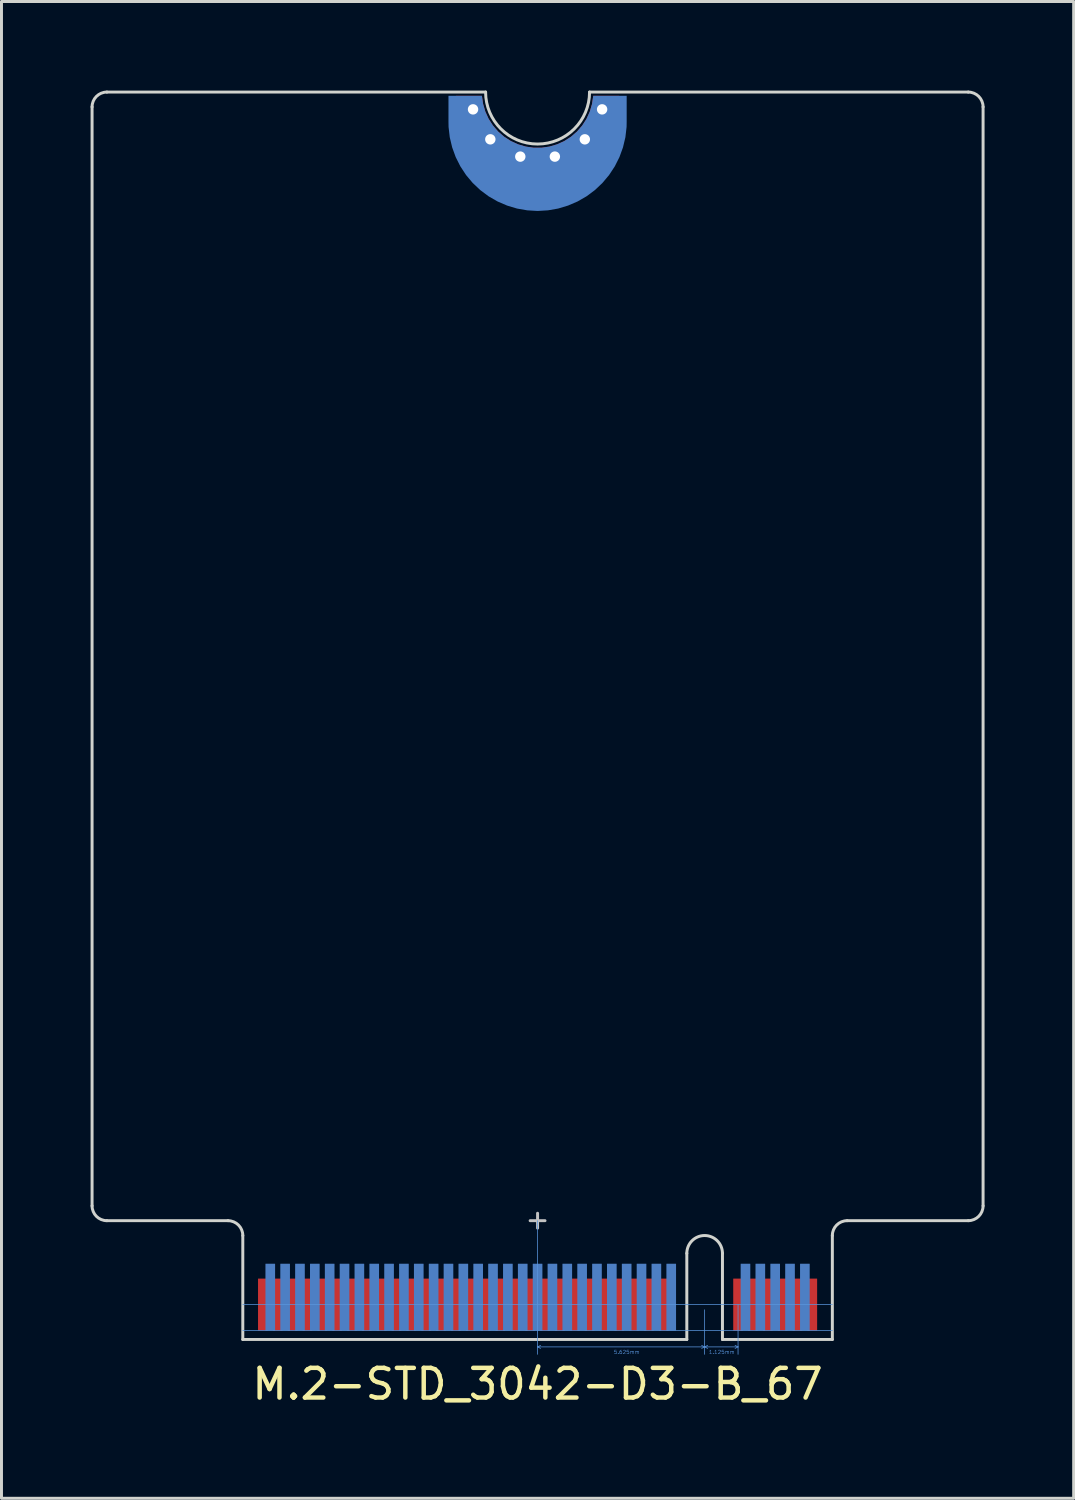
<source format=kicad_pcb>
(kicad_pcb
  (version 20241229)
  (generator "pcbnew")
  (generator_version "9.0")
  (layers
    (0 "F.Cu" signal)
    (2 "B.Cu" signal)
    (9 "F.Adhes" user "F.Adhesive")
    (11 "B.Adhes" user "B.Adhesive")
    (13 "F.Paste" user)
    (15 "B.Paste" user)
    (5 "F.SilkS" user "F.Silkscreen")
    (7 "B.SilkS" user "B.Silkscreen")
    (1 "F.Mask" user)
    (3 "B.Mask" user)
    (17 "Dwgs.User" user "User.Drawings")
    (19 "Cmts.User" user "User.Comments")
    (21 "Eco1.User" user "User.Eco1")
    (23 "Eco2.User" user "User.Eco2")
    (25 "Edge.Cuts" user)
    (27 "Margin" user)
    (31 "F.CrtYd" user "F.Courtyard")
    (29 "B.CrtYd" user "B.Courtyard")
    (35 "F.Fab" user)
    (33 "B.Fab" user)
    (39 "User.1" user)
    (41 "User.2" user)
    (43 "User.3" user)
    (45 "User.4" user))
  (footprint "M.2-STD_3042-D3-B_67"
    (layer "F.Cu")
    (at 15.05 38.05)
    (property "Reference" "M.2-STD_3042-D3-B_67" (at 0 5.5 0) (unlocked yes) (layer "F.SilkS") (effects (font (size 1 1) (thickness 0.15))))
    (attr smd)
    (fp_poly (pts (xy 1.875 -37.875) (xy 1.873 -37.864) (xy 1.834 -37.599) (xy 1.759 -37.342) (xy 1.648 -37.098) (xy 1.503 -36.873) (xy 1.328 -36.67) (xy 1.125 -36.495) (xy 0.9 -36.35) (xy 0.656 -36.239) (xy 0.399 -36.163) (xy 0.134 -36.125) (xy -0.134 -36.125) (xy -0.399 -36.163) (xy -0.656 -36.239) (xy -0.9 -36.35) (xy -1.125 -36.495) (xy -1.328 -36.67) (xy -1.503 -36.873) (xy -1.648 -37.098) (xy -1.759 -37.342) (xy -1.834 -37.599) (xy -1.873 -37.864) (xy -1.875 -37.875) (xy -2.75 -37.875) (xy -2.747 -37.831) (xy -2.707 -37.501) (xy -2.628 -37.179) (xy -2.51 -36.868) (xy -2.356 -36.574) (xy -2.167 -36.3) (xy -1.946 -36.051) (xy -1.698 -35.831) (xy -1.424 -35.642) (xy -1.13 -35.488) (xy -0.819 -35.37) (xy -0.496 -35.29) (xy -0.166 -35.25) (xy 0.166 -35.25) (xy 0.496 -35.29) (xy 0.819 -35.37) (xy 1.13 -35.488) (xy 1.424 -35.642) (xy 1.698 -35.831) (xy 1.946 -36.051) (xy 2.167 -36.3) (xy 2.356 -36.574) (xy 2.51 -36.868) (xy 2.628 -37.179) (xy 2.707 -37.501) (xy 2.747 -37.831) (xy 2.75 -37.875)) (stroke (width 0) (type solid)) (fill yes) (layer "F.Cu"))
    (fp_rect (start -9.925 4) (end 9.925 2) (stroke (width 0) (type solid)) (fill yes) (layer "F.Mask"))
    (fp_poly (pts (arc (start -2.75 -38) (mid 0 -35.25) (end 2.75 -38)) (arc (start 1.75 -38) (mid 0 -36.25) (end -1.75 -38))) (stroke (width 0) (type solid)) (fill yes) (layer "F.Mask"))
    (fp_poly (pts (xy -1.875 -37.875) (xy -1.873 -37.866) (xy -1.834 -37.601) (xy -1.759 -37.344) (xy -1.648 -37.1) (xy -1.503 -36.875) (xy -1.328 -36.672) (xy -1.125 -36.497) (xy -0.9 -36.352) (xy -0.656 -36.241) (xy -0.399 -36.166) (xy -0.134 -36.127) (xy 0.134 -36.127) (xy 0.399 -36.166) (xy 0.656 -36.241) (xy 0.9 -36.352) (xy 1.125 -36.497) (xy 1.328 -36.672) (xy 1.503 -36.875) (xy 1.648 -37.1) (xy 1.759 -37.344) (xy 1.834 -37.601) (xy 1.873 -37.866) (xy 1.875 -37.875) (xy 3 -37.875) (xy 3 -37) (xy 2.997 -36.825) (xy 2.957 -36.479) (xy 2.876 -36.139) (xy 2.757 -35.811) (xy 2.6 -35.499) (xy 2.408 -35.207) (xy 2.184 -34.94) (xy 1.93 -34.7) (xy 1.65 -34.491) (xy 1.348 -34.317) (xy 1.027 -34.179) (xy 0.692 -34.078) (xy 0.349 -34.018) (xy 0 -33.997) (xy -0.349 -34.018) (xy -0.692 -34.078) (xy -1.027 -34.179) (xy -1.348 -34.317) (xy -1.65 -34.491) (xy -1.93 -34.7) (xy -2.184 -34.94) (xy -2.408 -35.207) (xy -2.6 -35.499) (xy -2.757 -35.811) (xy -2.876 -36.139) (xy -2.957 -36.479) (xy -2.997 -36.825) (xy -3 -37) (xy -3 -37.875)) (stroke (width 0) (type solid)) (fill yes) (layer "B.Cu"))
    (fp_rect (start 9.925 4) (end -9.925 1.5) (stroke (width 0) (type solid)) (fill yes) (layer "B.Mask"))
    (fp_poly (pts (xy -3 -38) (arc (start -3 -37) (mid 0 -34) (end 3 -37)) (xy 3 -38) (arc (start 1.75 -38) (mid 0 -36.25) (end -1.75 -38))) (stroke (width 0) (type solid)) (fill yes) (layer "B.Mask"))
    (fp_line (start -0.25 0) (end 0.25 0) (stroke (width 0.1) (type solid)) (layer "Dwgs.User"))
    (fp_line (start 0 -0.25) (end 0 0.25) (stroke (width 0.1) (type solid)) (layer "Dwgs.User"))
    (fp_line (start 0 4.25) (end 0.1 4.3) (stroke (width 0.025) (type solid)) (layer "Cmts.User"))
    (fp_line (start 0 4.25) (end 5.625 4.25) (stroke (width 0.025) (type solid)) (layer "Cmts.User"))
    (fp_line (start 0 4.5) (end 0 0) (stroke (width 0.025) (type solid)) (layer "Cmts.User"))
    (fp_line (start 0.1 4.2) (end 0 4.25) (stroke (width 0.025) (type solid)) (layer "Cmts.User"))
    (fp_line (start 5.525 4.3) (end 5.625 4.25) (stroke (width 0.025) (type solid)) (layer "Cmts.User"))
    (fp_line (start 5.625 4.25) (end 5.525 4.2) (stroke (width 0.025) (type solid)) (layer "Cmts.User"))
    (fp_line (start 5.625 4.25) (end 5.725 4.3) (stroke (width 0.025) (type solid)) (layer "Cmts.User"))
    (fp_line (start 5.625 4.25) (end 6.75 4.25) (stroke (width 0.025) (type solid)) (layer "Cmts.User"))
    (fp_line (start 5.625 4.5) (end 5.625 3) (stroke (width 0.025) (type solid)) (layer "Cmts.User"))
    (fp_line (start 5.725 4.2) (end 5.625 4.25) (stroke (width 0.025) (type solid)) (layer "Cmts.User"))
    (fp_line (start 6.65 4.3) (end 6.75 4.25) (stroke (width 0.025) (type solid)) (layer "Cmts.User"))
    (fp_line (start 6.75 4.25) (end 6.65 4.2) (stroke (width 0.025) (type solid)) (layer "Cmts.User"))
    (fp_line (start 6.75 4.5) (end 6.75 2.825) (stroke (width 0.025) (type solid)) (layer "Cmts.User"))
    (fp_line (start 9.925 2.825) (end -9.925 2.825) (stroke (width 0.025) (type solid)) (layer "Cmts.User"))
    (fp_line (start 9.925 3.7) (end -9.925 3.7) (stroke (width 0.025) (type solid)) (layer "Cmts.User"))
    (fp_line (start -15 -0.5) (end -15 -37.5) (stroke (width 0.1) (type solid)) (layer "Edge.Cuts"))
    (fp_line (start -14.5 -38) (end -1.75 -38) (stroke (width 0.1) (type solid)) (layer "Edge.Cuts"))
    (fp_line (start -10.425 0) (end -14.5 0) (stroke (width 0.1) (type solid)) (layer "Edge.Cuts"))
    (fp_line (start -9.925 4) (end -9.925 0.5) (stroke (width 0.1) (type solid)) (layer "Edge.Cuts"))
    (fp_line (start 1.75 -38) (end 14.5 -38) (stroke (width 0.1) (type solid)) (layer "Edge.Cuts"))
    (fp_line (start 5.025 4) (end -9.925 4) (stroke (width 0.1) (type solid)) (layer "Edge.Cuts"))
    (fp_line (start 5.025 4) (end 5.025 1.1) (stroke (width 0.1) (type solid)) (layer "Edge.Cuts"))
    (fp_line (start 6.225 1.1) (end 6.225 4) (stroke (width 0.1) (type solid)) (layer "Edge.Cuts"))
    (fp_line (start 6.225 4) (end 9.925 4) (stroke (width 0.1) (type solid)) (layer "Edge.Cuts"))
    (fp_line (start 9.925 0.5) (end 9.925 4) (stroke (width 0.1) (type solid)) (layer "Edge.Cuts"))
    (fp_line (start 14.5 0) (end 10.425 0) (stroke (width 0.1) (type solid)) (layer "Edge.Cuts"))
    (fp_line (start 15 -37.5) (end 15 -0.5) (stroke (width 0.1) (type solid)) (layer "Edge.Cuts"))
    (fp_arc (start -15 -37.5) (mid -14.853553 -37.853553) (end -14.5 -38) (stroke (width 0.1) (type solid)) (layer "Edge.Cuts"))
    (fp_arc (start -14.5 0) (mid -14.853553 -0.146447) (end -15 -0.5) (stroke (width 0.1) (type solid)) (layer "Edge.Cuts"))
    (fp_arc (start -10.425 0) (mid -10.071447 0.146447) (end -9.925 0.5) (stroke (width 0.1) (type solid)) (layer "Edge.Cuts"))
    (fp_arc (start 1.75 -38) (mid 0 -36.25) (end -1.75 -38) (stroke (width 0.1) (type solid)) (layer "Edge.Cuts"))
    (fp_arc (start 5.025 1.1) (mid 5.625 0.5) (end 6.225 1.1) (stroke (width 0.1) (type solid)) (layer "Edge.Cuts"))
    (fp_arc (start 9.925 0.5) (mid 10.071447 0.146447) (end 10.425 0) (stroke (width 0.1) (type solid)) (layer "Edge.Cuts"))
    (fp_arc (start 14.5 -38) (mid 14.853553 -37.853553) (end 15 -37.5) (stroke (width 0.1) (type solid)) (layer "Edge.Cuts"))
    (fp_arc (start 15 -0.5) (mid 14.853553 -0.146447) (end 14.5 0) (stroke (width 0.1) (type solid)) (layer "Edge.Cuts"))
    (fp_line (start -15 -0.5) (end -15 -37.5) (stroke (width 0.1) (type solid)) (layer "Margin"))
    (fp_line (start -14.5 -38) (end -1.75 -38) (stroke (width 0.1) (type solid)) (layer "Margin"))
    (fp_line (start -10.425 0) (end -14.5 0) (stroke (width 0.1) (type solid)) (layer "Margin"))
    (fp_line (start -9.925 4) (end -9.925 0.5) (stroke (width 0.1) (type solid)) (layer "Margin"))
    (fp_line (start 1.75 -38) (end 14.5 -38) (stroke (width 0.1) (type solid)) (layer "Margin"))
    (fp_line (start 5.025 4) (end -9.925 4) (stroke (width 0.1) (type solid)) (layer "Margin"))
    (fp_line (start 5.025 4) (end 5.025 1.1) (stroke (width 0.1) (type solid)) (layer "Margin"))
    (fp_line (start 6.225 1.1) (end 6.225 4) (stroke (width 0.1) (type solid)) (layer "Margin"))
    (fp_line (start 6.225 4) (end 9.925 4) (stroke (width 0.1) (type solid)) (layer "Margin"))
    (fp_line (start 9.925 0.5) (end 9.925 4) (stroke (width 0.1) (type solid)) (layer "Margin"))
    (fp_line (start 14.5 0) (end 10.425 0) (stroke (width 0.1) (type solid)) (layer "Margin"))
    (fp_line (start 15 -37.5) (end 15 -0.5) (stroke (width 0.1) (type solid)) (layer "Margin"))
    (fp_arc (start -15 -37.5) (mid -14.853553 -37.853553) (end -14.5 -38) (stroke (width 0.1) (type solid)) (layer "Margin"))
    (fp_arc (start -14.5 0) (mid -14.853553 -0.146447) (end -15 -0.5) (stroke (width 0.1) (type solid)) (layer "Margin"))
    (fp_arc (start -10.425 0) (mid -10.071447 0.146447) (end -9.925 0.5) (stroke (width 0.1) (type solid)) (layer "Margin"))
    (fp_arc (start 1.75 -38) (mid 0 -36.25) (end -1.75 -38) (stroke (width 0.1) (type solid)) (layer "Margin"))
    (fp_arc (start 5.025 1.1) (mid 5.625 0.5) (end 6.225 1.1) (stroke (width 0.1) (type solid)) (layer "Margin"))
    (fp_arc (start 9.925 0.5) (mid 10.071447 0.146447) (end 10.425 0) (stroke (width 0.1) (type solid)) (layer "Margin"))
    (fp_arc (start 14.5 -38) (mid 14.853553 -37.853553) (end 15 -37.5) (stroke (width 0.1) (type solid)) (layer "Margin"))
    (fp_arc (start 15 -0.5) (mid 14.853553 -0.146447) (end 14.5 0) (stroke (width 0.1) (type solid)) (layer "Margin"))
    (fp_text user "1.125mm" (at 6.2 4.425 0) (unlocked yes) (layer "Cmts.User") (effects (font (size 0.125 0.125) (thickness 0.013))))
    (fp_text user "5.625mm" (at 3 4.425 0) (unlocked yes) (layer "Cmts.User") (effects (font (size 0.125 0.125) (thickness 0.013))))
    (pad "0" thru_hole circle (at -2.173 -37.418) (size 0.65 0.65) (drill 0.35) (layers "*.Cu" "*.Mask"))
    (pad "0" thru_hole circle (at -1.591 -36.409) (size 0.65 0.65) (drill 0.35) (layers "*.Cu" "*.Mask"))
    (pad "0" thru_hole circle (at -0.582 -35.827) (size 0.65 0.65) (drill 0.35) (layers "*.Cu" "*.Mask"))
    (pad "0" thru_hole circle (at 0.582 -35.827) (size 0.65 0.65) (drill 0.35) (layers "*.Cu" "*.Mask"))
    (pad "0" thru_hole circle (at 1.591 -36.409) (size 0.65 0.65) (drill 0.35) (layers "*.Cu" "*.Mask"))
    (pad "0" thru_hole circle (at 2.173 -37.418) (size 0.65 0.65) (drill 0.35) (layers "*.Cu" "*.Mask"))
    (pad "1" connect roundrect (at 9.25 2.825 90) (size 1.75 0.325) (layers "F.Cu") (roundrect_rratio 0.025))
    (pad "2" connect roundrect (at 9 2.575 90) (size 2.25 0.325) (layers "B.Cu") (roundrect_rratio 0.025))
    (pad "3" connect roundrect (at 8.75 2.825 90) (size 1.75 0.325) (layers "F.Cu") (roundrect_rratio 0.025))
    (pad "4" connect roundrect (at 8.5 2.575 90) (size 2.25 0.325) (layers "B.Cu") (roundrect_rratio 0.025))
    (pad "5" connect roundrect (at 8.25 2.825 90) (size 1.75 0.325) (layers "F.Cu") (roundrect_rratio 0.025))
    (pad "6" connect roundrect (at 8 2.575 90) (size 2.25 0.325) (layers "B.Cu") (roundrect_rratio 0.025))
    (pad "7" connect roundrect (at 7.75 2.825 90) (size 1.75 0.325) (layers "F.Cu") (roundrect_rratio 0.025))
    (pad "8" connect roundrect (at 7.5 2.575 90) (size 2.25 0.325) (layers "B.Cu") (roundrect_rratio 0.025))
    (pad "9" connect roundrect (at 7.25 2.825 90) (size 1.75 0.325) (layers "F.Cu") (roundrect_rratio 0.025))
    (pad "10" connect roundrect (at 7 2.575 90) (size 2.25 0.325) (layers "B.Cu") (roundrect_rratio 0.025))
    (pad "11" connect roundrect (at 6.75 2.825 90) (size 1.75 0.325) (layers "F.Cu") (roundrect_rratio 0.025))
    (pad "20" connect roundrect (at 4.5 2.575 90) (size 2.25 0.325) (layers "B.Cu") (roundrect_rratio 0.025))
    (pad "21" connect roundrect (at 4.25 2.825 90) (size 1.75 0.325) (layers "F.Cu") (roundrect_rratio 0.025))
    (pad "22" connect roundrect (at 4 2.575 90) (size 2.25 0.325) (layers "B.Cu") (roundrect_rratio 0.025))
    (pad "23" connect roundrect (at 3.75 2.825 90) (size 1.75 0.325) (layers "F.Cu") (roundrect_rratio 0.025))
    (pad "24" connect roundrect (at 3.5 2.575 90) (size 2.25 0.325) (layers "B.Cu") (roundrect_rratio 0.025))
    (pad "25" connect roundrect (at 3.25 2.825 90) (size 1.75 0.325) (layers "F.Cu") (roundrect_rratio 0.025))
    (pad "26" connect roundrect (at 3 2.575 90) (size 2.25 0.325) (layers "B.Cu") (roundrect_rratio 0.025))
    (pad "27" connect roundrect (at 2.75 2.825 90) (size 1.75 0.325) (layers "F.Cu") (roundrect_rratio 0.025))
    (pad "28" connect roundrect (at 2.5 2.575 90) (size 2.25 0.325) (layers "B.Cu") (roundrect_rratio 0.025))
    (pad "29" connect roundrect (at 2.25 2.825 90) (size 1.75 0.325) (layers "F.Cu") (roundrect_rratio 0.025))
    (pad "30" connect roundrect (at 2 2.575 90) (size 2.25 0.325) (layers "B.Cu") (roundrect_rratio 0.025))
    (pad "31" connect roundrect (at 1.75 2.825 90) (size 1.75 0.325) (layers "F.Cu") (roundrect_rratio 0.025))
    (pad "32" connect roundrect (at 1.5 2.575 90) (size 2.25 0.325) (layers "B.Cu") (roundrect_rratio 0.025))
    (pad "33" connect roundrect (at 1.25 2.825 90) (size 1.75 0.325) (layers "F.Cu") (roundrect_rratio 0.025))
    (pad "34" connect roundrect (at 1 2.575 90) (size 2.25 0.325) (layers "B.Cu") (roundrect_rratio 0.025))
    (pad "35" connect roundrect (at 0.75 2.825 90) (size 1.75 0.325) (layers "F.Cu") (roundrect_rratio 0.025))
    (pad "36" connect roundrect (at 0.5 2.575 90) (size 2.25 0.325) (layers "B.Cu") (roundrect_rratio 0.025))
    (pad "37" connect roundrect (at 0.25 2.825 90) (size 1.75 0.325) (layers "F.Cu") (roundrect_rratio 0.025))
    (pad "38" connect roundrect (at 0 2.575 90) (size 2.25 0.325) (layers "B.Cu") (roundrect_rratio 0.025))
    (pad "39" connect roundrect (at -0.25 2.825 90) (size 1.75 0.325) (layers "F.Cu") (roundrect_rratio 0.025))
    (pad "40" connect roundrect (at -0.5 2.575 90) (size 2.25 0.325) (layers "B.Cu") (roundrect_rratio 0.025))
    (pad "41" connect roundrect (at -0.75 2.825 90) (size 1.75 0.325) (layers "F.Cu") (roundrect_rratio 0.025))
    (pad "42" connect roundrect (at -1 2.575 90) (size 2.25 0.325) (layers "B.Cu") (roundrect_rratio 0.025))
    (pad "43" connect roundrect (at -1.25 2.825 90) (size 1.75 0.325) (layers "F.Cu") (roundrect_rratio 0.025))
    (pad "44" connect roundrect (at -1.5 2.575 90) (size 2.25 0.325) (layers "B.Cu") (roundrect_rratio 0.025))
    (pad "45" connect roundrect (at -1.75 2.825 90) (size 1.75 0.325) (layers "F.Cu") (roundrect_rratio 0.025))
    (pad "46" connect roundrect (at -2 2.575 90) (size 2.25 0.325) (layers "B.Cu") (roundrect_rratio 0.025))
    (pad "47" connect roundrect (at -2.25 2.825 90) (size 1.75 0.325) (layers "F.Cu") (roundrect_rratio 0.025))
    (pad "48" connect roundrect (at -2.5 2.575 90) (size 2.25 0.325) (layers "B.Cu") (roundrect_rratio 0.025))
    (pad "49" connect roundrect (at -2.75 2.825 90) (size 1.75 0.325) (layers "F.Cu") (roundrect_rratio 0.025))
    (pad "50" connect roundrect (at -3 2.575 90) (size 2.25 0.325) (layers "B.Cu") (roundrect_rratio 0.025))
    (pad "51" connect roundrect (at -3.25 2.825 90) (size 1.75 0.325) (layers "F.Cu") (roundrect_rratio 0.025))
    (pad "52" connect roundrect (at -3.5 2.575 90) (size 2.25 0.325) (layers "B.Cu") (roundrect_rratio 0.025))
    (pad "53" connect roundrect (at -3.75 2.825 90) (size 1.75 0.325) (layers "F.Cu") (roundrect_rratio 0.025))
    (pad "54" connect roundrect (at -4 2.575 90) (size 2.25 0.325) (layers "B.Cu") (roundrect_rratio 0.025))
    (pad "55" connect roundrect (at -4.25 2.825 90) (size 1.75 0.325) (layers "F.Cu") (roundrect_rratio 0.025))
    (pad "56" connect roundrect (at -4.5 2.575 90) (size 2.25 0.325) (layers "B.Cu") (roundrect_rratio 0.025))
    (pad "57" connect roundrect (at -4.75 2.825 90) (size 1.75 0.325) (layers "F.Cu") (roundrect_rratio 0.025))
    (pad "58" connect roundrect (at -5 2.575 90) (size 2.25 0.325) (layers "B.Cu") (roundrect_rratio 0.025))
    (pad "59" connect roundrect (at -5.25 2.825 90) (size 1.75 0.325) (layers "F.Cu") (roundrect_rratio 0.025))
    (pad "60" connect roundrect (at -5.5 2.575 90) (size 2.25 0.325) (layers "B.Cu") (roundrect_rratio 0.025))
    (pad "61" connect roundrect (at -5.75 2.825 90) (size 1.75 0.325) (layers "F.Cu") (roundrect_rratio 0.025))
    (pad "62" connect roundrect (at -6 2.575 90) (size 2.25 0.325) (layers "B.Cu") (roundrect_rratio 0.025))
    (pad "63" connect roundrect (at -6.25 2.825 90) (size 1.75 0.325) (layers "F.Cu") (roundrect_rratio 0.025))
    (pad "64" connect roundrect (at -6.5 2.575 90) (size 2.25 0.325) (layers "B.Cu") (roundrect_rratio 0.025))
    (pad "65" connect roundrect (at -6.75 2.825 90) (size 1.75 0.325) (layers "F.Cu") (roundrect_rratio 0.025))
    (pad "66" connect roundrect (at -7 2.575 90) (size 2.25 0.325) (layers "B.Cu") (roundrect_rratio 0.025))
    (pad "67" connect roundrect (at -7.25 2.825 90) (size 1.75 0.325) (layers "F.Cu") (roundrect_rratio 0.025))
    (pad "68" connect roundrect (at -7.5 2.575 90) (size 2.25 0.325) (layers "B.Cu") (roundrect_rratio 0.025))
    (pad "69" connect roundrect (at -7.75 2.825 90) (size 1.75 0.325) (layers "F.Cu") (roundrect_rratio 0.025))
    (pad "70" connect roundrect (at -8 2.575 90) (size 2.25 0.325) (layers "B.Cu") (roundrect_rratio 0.025))
    (pad "71" connect roundrect (at -8.25 2.825 90) (size 1.75 0.325) (layers "F.Cu") (roundrect_rratio 0.025))
    (pad "72" connect roundrect (at -8.5 2.575 90) (size 2.25 0.325) (layers "B.Cu") (roundrect_rratio 0.025))
    (pad "73" connect roundrect (at -8.75 2.825 90) (size 1.75 0.325) (layers "F.Cu") (roundrect_rratio 0.025))
    (pad "74" connect roundrect (at -9 2.575 90) (size 2.25 0.325) (layers "B.Cu") (roundrect_rratio 0.025))
    (pad "75" connect roundrect (at -9.25 2.825 90) (size 1.75 0.325) (layers "F.Cu") (roundrect_rratio 0.025)))
  (gr_rect
    (start -3 -3)
    (end 33.1 47.398)
    (stroke (width 0.1) (type default))
    (fill no)
    (layer "Edge.Cuts")))
</source>
